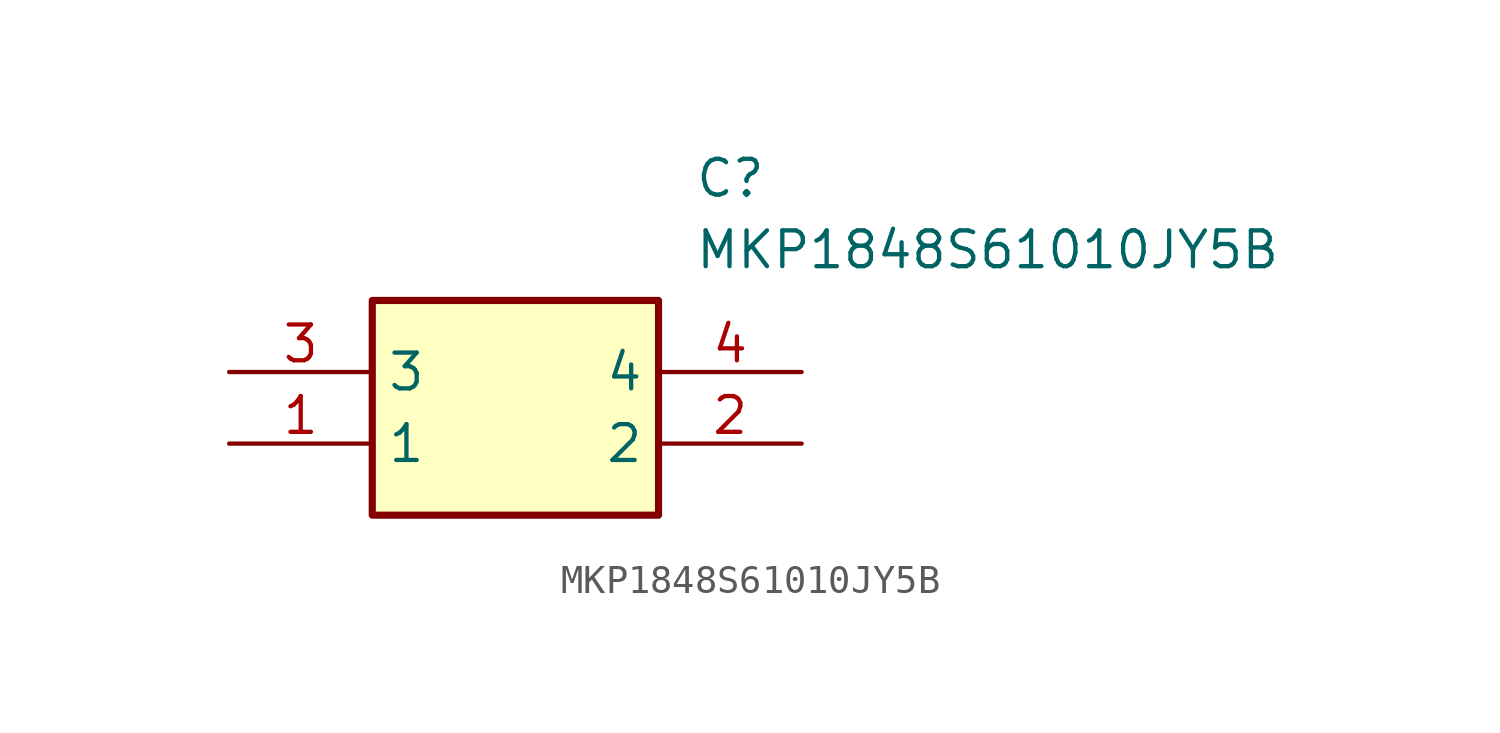
<source format=kicad_sym>
(kicad_symbol_lib
  (version 20211014)
  (generator SamacSys_ECAD_Model)
  (symbol "MKP1848S61010JY5B"
    (property "Reference" "C"
      (at 16.51 7.62 0)
      (effects (font (size 1.27 1.27)) (justify left top)))
    (property "Value" "MKP1848S61010JY5B"
      (at 16.51 5.08 0)
      (effects (font (size 1.27 1.27)) (justify left top)))
    (rectangle
      (start 5.08 2.54)
      (end 15.24 -5.08)
      (stroke (width 0.254) (type default))
      (fill (type background)))
    (pin passive line
      (at 0 -2.54 0)
      (length 5.08)
      (name "1" (effects (font (size 1.27 1.27))))
      (number "1" (effects (font (size 1.27 1.27)))))
    (pin passive line
      (at 20.32 -2.54 180)
      (length 5.08)
      (name "2" (effects (font (size 1.27 1.27))))
      (number "2" (effects (font (size 1.27 1.27)))))
    (pin passive line
      (at 0 0 0)
      (length 5.08)
      (name "3" (effects (font (size 1.27 1.27))))
      (number "3" (effects (font (size 1.27 1.27)))))
    (pin passive line
      (at 20.32 0 180)
      (length 5.08)
      (name "4" (effects (font (size 1.27 1.27))))
      (number "4" (effects (font (size 1.27 1.27)))))))
</source>
